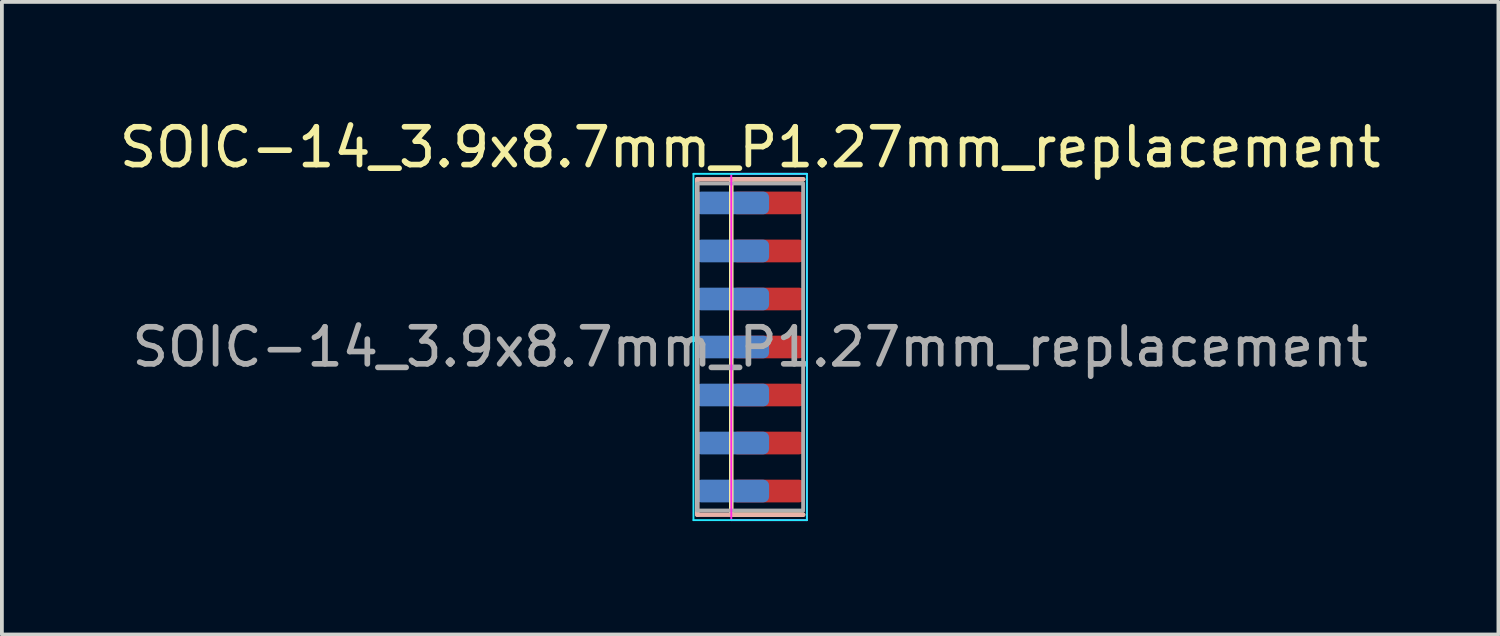
<source format=kicad_pcb>
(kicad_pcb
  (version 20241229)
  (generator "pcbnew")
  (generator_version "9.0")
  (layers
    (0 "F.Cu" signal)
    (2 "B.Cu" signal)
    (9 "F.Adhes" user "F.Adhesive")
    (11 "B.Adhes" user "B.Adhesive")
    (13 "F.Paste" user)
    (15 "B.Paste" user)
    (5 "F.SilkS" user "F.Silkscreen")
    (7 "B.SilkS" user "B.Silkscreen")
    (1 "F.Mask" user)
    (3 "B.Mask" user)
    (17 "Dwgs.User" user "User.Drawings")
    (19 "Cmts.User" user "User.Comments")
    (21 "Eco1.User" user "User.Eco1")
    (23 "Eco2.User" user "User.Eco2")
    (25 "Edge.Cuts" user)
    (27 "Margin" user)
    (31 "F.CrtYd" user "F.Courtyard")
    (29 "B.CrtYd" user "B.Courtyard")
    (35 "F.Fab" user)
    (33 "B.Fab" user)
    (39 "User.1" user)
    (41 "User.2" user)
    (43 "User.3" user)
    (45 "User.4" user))
  (footprint "SOIC-14_3.9x8.7mm_P1.27mm_replacement"
    (layer "F.Cu")
    (at 16.792 6.128)
    (property "Reference" "SOIC-14_3.9x8.7mm_P1.27mm_replacement" (at 0 -5.28 0) (layer "F.SilkS") (effects (font (size 1 1) (thickness 0.15))))
    (attr smd)
    (fp_line (start -0.5 -4.435) (end -0.5 4.435) (stroke (width 0.12) (type solid)) (layer "F.SilkS"))
    (fp_line (start -0.5 -4.435) (end 1.4 -4.435) (stroke (width 0.12) (type solid)) (layer "F.SilkS"))
    (fp_line (start -0.5 4.435) (end 1.4 4.435) (stroke (width 0.12) (type solid)) (layer "F.SilkS"))
    (fp_line (start -1.4 -4.435) (end -1.4 4.435) (stroke (width 0.12) (type solid)) (layer "B.SilkS"))
    (fp_line (start -1.4 -4.435) (end 1.4 -4.435) (stroke (width 0.12) (type solid)) (layer "B.SilkS"))
    (fp_line (start -1.4 4.435) (end 1.4 4.435) (stroke (width 0.12) (type solid)) (layer "B.SilkS"))
    (fp_line (start -1.5 -4.58) (end -1.5 4.58) (stroke (width 0.05) (type solid)) (layer "B.CrtYd"))
    (fp_line (start 1.5 -4.58) (end -1.5 -4.58) (stroke (width 0.05) (type solid)) (layer "B.CrtYd"))
    (fp_line (start 1.5 -4.58) (end 1.5 4.58) (stroke (width 0.05) (type solid)) (layer "B.CrtYd"))
    (fp_line (start 1.5 4.58) (end -1.5 4.58) (stroke (width 0.05) (type solid)) (layer "B.CrtYd"))
    (fp_line (start -0.5 -4.58) (end -0.5 4.58) (stroke (width 0.05) (type solid)) (layer "F.CrtYd"))
    (fp_line (start -0.5 4.58) (end 1.5 4.58) (stroke (width 0.05) (type solid)) (layer "F.CrtYd"))
    (fp_line (start 1.5 -4.58) (end -0.5 -4.58) (stroke (width 0.05) (type solid)) (layer "F.CrtYd"))
    (fp_line (start 1.5 4.58) (end 1.5 -4.58) (stroke (width 0.05) (type solid)) (layer "F.CrtYd"))
    (fp_line (start -1.4 -4.325) (end 1.4 -4.325) (stroke (width 0.1) (type solid)) (layer "F.Fab"))
    (fp_line (start -1.4 4.325) (end -1.4 -4.3) (stroke (width 0.1) (type solid)) (layer "F.Fab"))
    (fp_line (start 1.4 -4.325) (end 1.4 4.325) (stroke (width 0.1) (type solid)) (layer "F.Fab"))
    (fp_line (start 1.4 4.325) (end -1.4 4.325) (stroke (width 0.1) (type solid)) (layer "F.Fab"))
    (fp_text user "${REFERENCE}" (at 0 0 0) (layer "F.Fab") (effects (font (size 0.98 0.98) (thickness 0.15))))
    (pad "1" smd roundrect (at -0.475 -3.81) (size 1.95 0.6) (layers "B.Cu" "B.Mask" "B.Paste") (roundrect_rratio 0.25))
    (pad "2" smd roundrect (at -0.475 -2.54) (size 1.95 0.6) (layers "B.Cu" "B.Mask" "B.Paste") (roundrect_rratio 0.25))
    (pad "3" smd roundrect (at -0.475 -1.27) (size 1.95 0.6) (layers "B.Cu" "B.Mask" "B.Paste") (roundrect_rratio 0.25))
    (pad "4" smd roundrect (at -0.475 0) (size 1.95 0.6) (layers "B.Cu" "B.Mask" "B.Paste") (roundrect_rratio 0.25))
    (pad "5" smd roundrect (at -0.475 1.27) (size 1.95 0.6) (layers "B.Cu" "B.Mask" "B.Paste") (roundrect_rratio 0.25))
    (pad "6" smd roundrect (at -0.475 2.54) (size 1.95 0.6) (layers "B.Cu" "B.Mask" "B.Paste") (roundrect_rratio 0.25))
    (pad "7" smd roundrect (at -0.475 3.81) (size 1.95 0.6) (layers "B.Cu" "B.Mask" "B.Paste") (roundrect_rratio 0.25))
    (pad "8" smd roundrect (at 0.475 3.81) (size 1.95 0.6) (layers "F.Cu" "F.Mask" "F.Paste") (roundrect_rratio 0.25))
    (pad "9" smd roundrect (at 0.475 2.54) (size 1.95 0.6) (layers "F.Cu" "F.Mask" "F.Paste") (roundrect_rratio 0.25))
    (pad "10" smd roundrect (at 0.475 1.27) (size 1.95 0.6) (layers "F.Cu" "F.Mask" "F.Paste") (roundrect_rratio 0.25))
    (pad "11" smd roundrect (at 0.475 0) (size 1.95 0.6) (layers "F.Cu" "F.Mask" "F.Paste") (roundrect_rratio 0.25))
    (pad "12" smd roundrect (at 0.475 -1.27) (size 1.95 0.6) (layers "F.Cu" "F.Mask" "F.Paste") (roundrect_rratio 0.25))
    (pad "13" smd roundrect (at 0.475 -2.54) (size 1.95 0.6) (layers "F.Cu" "F.Mask" "F.Paste") (roundrect_rratio 0.25))
    (pad "14" smd roundrect (at 0.475 -3.81) (size 1.95 0.6) (layers "F.Cu" "F.Mask" "F.Paste") (roundrect_rratio 0.25)))
  (gr_rect
    (start -3 -3)
    (end 36.583 13.733)
    (stroke (width 0.1) (type default))
    (fill no)
    (layer "Edge.Cuts")))
</source>
